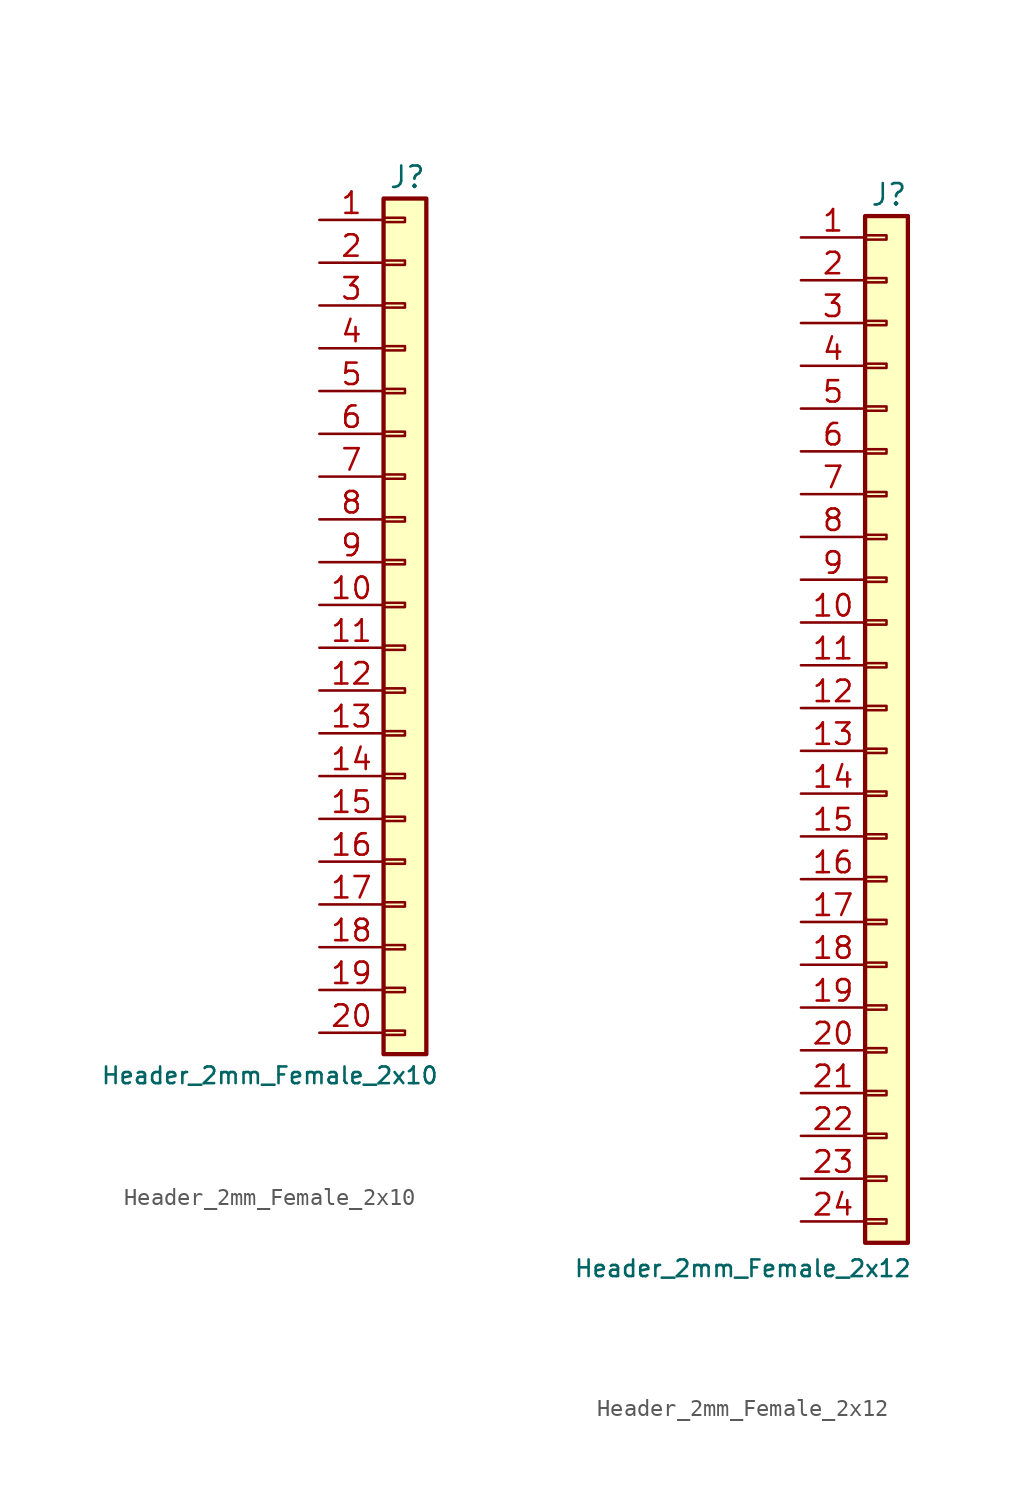
<source format=kicad_sym>
(kicad_symbol_lib
  (version 20241209)
  (generator "kicad_symbol_editor")
  (generator_version "9.0")
  (symbol "Header_2mm_Female_2x10"
    (pin_names
      (offset 1.016)
      (hide yes))
    (property "Reference" "J"
      (at 2.54 2.54 0)
      (effects (font (size 1.27 1.27)) (justify right)))
    (property "Value" "Header_2mm_Female_2x10"
      (at 3.302 -50.8 0)
      (effects (font (size 0.991 0.991)) (justify right)))
    (symbol "Header_2mm_Female_2x10_1_1"
      (rectangle (start 0 1.27) (end 2.54 -49.53) (stroke (width 0.254) (type default)) (fill (type background)))
      (rectangle (start 0 0.127) (end 1.27 -0.127) (stroke (width 0.152) (type default)) (fill (type none)))
      (rectangle (start 0 -2.413) (end 1.27 -2.667) (stroke (width 0.152) (type default)) (fill (type none)))
      (rectangle (start 0 -4.953) (end 1.27 -5.207) (stroke (width 0.152) (type default)) (fill (type none)))
      (rectangle (start 0 -7.493) (end 1.27 -7.747) (stroke (width 0.152) (type default)) (fill (type none)))
      (rectangle (start 0 -10.033) (end 1.27 -10.287) (stroke (width 0.152) (type default)) (fill (type none)))
      (rectangle (start 0 -12.573) (end 1.27 -12.827) (stroke (width 0.152) (type default)) (fill (type none)))
      (rectangle (start 0 -15.113) (end 1.27 -15.367) (stroke (width 0.152) (type default)) (fill (type none)))
      (rectangle (start 0 -17.653) (end 1.27 -17.907) (stroke (width 0.152) (type default)) (fill (type none)))
      (rectangle (start 0 -20.193) (end 1.27 -20.447) (stroke (width 0.152) (type default)) (fill (type none)))
      (rectangle (start 0 -22.733) (end 1.27 -22.987) (stroke (width 0.152) (type default)) (fill (type none)))
      (rectangle (start 0 -25.273) (end 1.27 -25.527) (stroke (width 0.152) (type default)) (fill (type none)))
      (rectangle (start 0 -27.813) (end 1.27 -28.067) (stroke (width 0.152) (type default)) (fill (type none)))
      (rectangle (start 0 -30.353) (end 1.27 -30.607) (stroke (width 0.152) (type default)) (fill (type none)))
      (rectangle (start 0 -32.893) (end 1.27 -33.147) (stroke (width 0.152) (type default)) (fill (type none)))
      (rectangle (start 0 -35.433) (end 1.27 -35.687) (stroke (width 0.152) (type default)) (fill (type none)))
      (rectangle (start 0 -37.973) (end 1.27 -38.227) (stroke (width 0.152) (type default)) (fill (type none)))
      (rectangle (start 0 -40.513) (end 1.27 -40.767) (stroke (width 0.152) (type default)) (fill (type none)))
      (rectangle (start 0 -43.053) (end 1.27 -43.307) (stroke (width 0.152) (type default)) (fill (type none)))
      (rectangle (start 0 -45.593) (end 1.27 -45.847) (stroke (width 0.152) (type default)) (fill (type none)))
      (rectangle (start 0 -48.133) (end 1.27 -48.387) (stroke (width 0.152) (type default)) (fill (type none)))
      (pin passive line (at -3.81 0 0) (length 3.81) (name "Pin_1" (effects (font (size 1.27 1.27)))) (number "1" (effects (font (size 1.27 1.27)))))
      (pin passive line (at -3.81 -2.54 0) (length 3.81) (name "Pin_2" (effects (font (size 1.27 1.27)))) (number "2" (effects (font (size 1.27 1.27)))))
      (pin passive line (at -3.81 -5.08 0) (length 3.81) (name "Pin_3" (effects (font (size 1.27 1.27)))) (number "3" (effects (font (size 1.27 1.27)))))
      (pin passive line (at -3.81 -7.62 0) (length 3.81) (name "Pin_4" (effects (font (size 1.27 1.27)))) (number "4" (effects (font (size 1.27 1.27)))))
      (pin passive line (at -3.81 -10.16 0) (length 3.81) (name "Pin_5" (effects (font (size 1.27 1.27)))) (number "5" (effects (font (size 1.27 1.27)))))
      (pin passive line (at -3.81 -12.7 0) (length 3.81) (name "Pin_6" (effects (font (size 1.27 1.27)))) (number "6" (effects (font (size 1.27 1.27)))))
      (pin passive line (at -3.81 -15.24 0) (length 3.81) (name "Pin_7" (effects (font (size 1.27 1.27)))) (number "7" (effects (font (size 1.27 1.27)))))
      (pin passive line (at -3.81 -17.78 0) (length 3.81) (name "Pin_8" (effects (font (size 1.27 1.27)))) (number "8" (effects (font (size 1.27 1.27)))))
      (pin passive line (at -3.81 -20.32 0) (length 3.81) (name "Pin_9" (effects (font (size 1.27 1.27)))) (number "9" (effects (font (size 1.27 1.27)))))
      (pin passive line (at -3.81 -22.86 0) (length 3.81) (name "Pin_10" (effects (font (size 1.27 1.27)))) (number "10" (effects (font (size 1.27 1.27)))))
      (pin passive line (at -3.81 -25.4 0) (length 3.81) (name "Pin_11" (effects (font (size 1.27 1.27)))) (number "11" (effects (font (size 1.27 1.27)))))
      (pin passive line (at -3.81 -27.94 0) (length 3.81) (name "Pin_12" (effects (font (size 1.27 1.27)))) (number "12" (effects (font (size 1.27 1.27)))))
      (pin passive line (at -3.81 -30.48 0) (length 3.81) (name "Pin_13" (effects (font (size 1.27 1.27)))) (number "13" (effects (font (size 1.27 1.27)))))
      (pin passive line (at -3.81 -33.02 0) (length 3.81) (name "Pin_14" (effects (font (size 1.27 1.27)))) (number "14" (effects (font (size 1.27 1.27)))))
      (pin passive line (at -3.81 -35.56 0) (length 3.81) (name "Pin_15" (effects (font (size 1.27 1.27)))) (number "15" (effects (font (size 1.27 1.27)))))
      (pin passive line (at -3.81 -38.1 0) (length 3.81) (name "Pin_16" (effects (font (size 1.27 1.27)))) (number "16" (effects (font (size 1.27 1.27)))))
      (pin passive line (at -3.81 -40.64 0) (length 3.81) (name "Pin_17" (effects (font (size 1.27 1.27)))) (number "17" (effects (font (size 1.27 1.27)))))
      (pin passive line (at -3.81 -43.18 0) (length 3.81) (name "Pin_18" (effects (font (size 1.27 1.27)))) (number "18" (effects (font (size 1.27 1.27)))))
      (pin passive line (at -3.81 -45.72 0) (length 3.81) (name "Pin_19" (effects (font (size 1.27 1.27)))) (number "19" (effects (font (size 1.27 1.27)))))
      (pin passive line (at -3.81 -48.26 0) (length 3.81) (name "Pin_20" (effects (font (size 1.27 1.27)))) (number "20" (effects (font (size 1.27 1.27)))))))
  (symbol "Header_2mm_Female_2x12"
    (pin_names
      (offset 1.016)
      (hide yes))
    (property "Reference" "J"
      (at 2.54 2.54 0)
      (effects (font (size 1.27 1.27)) (justify right)))
    (property "Value" "Header_2mm_Female_2x12"
      (at 2.794 -61.214 0)
      (effects (font (size 0.991 0.991)) (justify right)))
    (symbol "Header_2mm_Female_2x12_1_1"
      (rectangle (start 0 1.27) (end 2.54 -59.69) (stroke (width 0.254) (type default)) (fill (type background)))
      (rectangle (start 0 0.127) (end 1.27 -0.127) (stroke (width 0.152) (type default)) (fill (type none)))
      (rectangle (start 0 -2.413) (end 1.27 -2.667) (stroke (width 0.152) (type default)) (fill (type none)))
      (rectangle (start 0 -4.953) (end 1.27 -5.207) (stroke (width 0.152) (type default)) (fill (type none)))
      (rectangle (start 0 -7.493) (end 1.27 -7.747) (stroke (width 0.152) (type default)) (fill (type none)))
      (rectangle (start 0 -10.033) (end 1.27 -10.287) (stroke (width 0.152) (type default)) (fill (type none)))
      (rectangle (start 0 -12.573) (end 1.27 -12.827) (stroke (width 0.152) (type default)) (fill (type none)))
      (rectangle (start 0 -15.113) (end 1.27 -15.367) (stroke (width 0.152) (type default)) (fill (type none)))
      (rectangle (start 0 -17.653) (end 1.27 -17.907) (stroke (width 0.152) (type default)) (fill (type none)))
      (rectangle (start 0 -20.193) (end 1.27 -20.447) (stroke (width 0.152) (type default)) (fill (type none)))
      (rectangle (start 0 -22.733) (end 1.27 -22.987) (stroke (width 0.152) (type default)) (fill (type none)))
      (rectangle (start 0 -25.273) (end 1.27 -25.527) (stroke (width 0.152) (type default)) (fill (type none)))
      (rectangle (start 0 -27.813) (end 1.27 -28.067) (stroke (width 0.152) (type default)) (fill (type none)))
      (rectangle (start 0 -30.353) (end 1.27 -30.607) (stroke (width 0.152) (type default)) (fill (type none)))
      (rectangle (start 0 -32.893) (end 1.27 -33.147) (stroke (width 0.152) (type default)) (fill (type none)))
      (rectangle (start 0 -35.433) (end 1.27 -35.687) (stroke (width 0.152) (type default)) (fill (type none)))
      (rectangle (start 0 -37.973) (end 1.27 -38.227) (stroke (width 0.152) (type default)) (fill (type none)))
      (rectangle (start 0 -40.513) (end 1.27 -40.767) (stroke (width 0.152) (type default)) (fill (type none)))
      (rectangle (start 0 -43.053) (end 1.27 -43.307) (stroke (width 0.152) (type default)) (fill (type none)))
      (rectangle (start 0 -45.593) (end 1.27 -45.847) (stroke (width 0.152) (type default)) (fill (type none)))
      (rectangle (start 0 -48.133) (end 1.27 -48.387) (stroke (width 0.152) (type default)) (fill (type none)))
      (rectangle (start 0 -50.673) (end 1.27 -50.927) (stroke (width 0.152) (type default)) (fill (type none)))
      (rectangle (start 0 -53.213) (end 1.27 -53.467) (stroke (width 0.152) (type default)) (fill (type none)))
      (rectangle (start 0 -55.753) (end 1.27 -56.007) (stroke (width 0.152) (type default)) (fill (type none)))
      (rectangle (start 0 -58.293) (end 1.27 -58.547) (stroke (width 0.152) (type default)) (fill (type none)))
      (pin passive line (at -3.81 0 0) (length 3.81) (name "Pin_1" (effects (font (size 1.27 1.27)))) (number "1" (effects (font (size 1.27 1.27)))))
      (pin passive line (at -3.81 -2.54 0) (length 3.81) (name "Pin_2" (effects (font (size 1.27 1.27)))) (number "2" (effects (font (size 1.27 1.27)))))
      (pin passive line (at -3.81 -5.08 0) (length 3.81) (name "Pin_3" (effects (font (size 1.27 1.27)))) (number "3" (effects (font (size 1.27 1.27)))))
      (pin passive line (at -3.81 -7.62 0) (length 3.81) (name "Pin_4" (effects (font (size 1.27 1.27)))) (number "4" (effects (font (size 1.27 1.27)))))
      (pin passive line (at -3.81 -10.16 0) (length 3.81) (name "Pin_5" (effects (font (size 1.27 1.27)))) (number "5" (effects (font (size 1.27 1.27)))))
      (pin passive line (at -3.81 -12.7 0) (length 3.81) (name "Pin_6" (effects (font (size 1.27 1.27)))) (number "6" (effects (font (size 1.27 1.27)))))
      (pin passive line (at -3.81 -15.24 0) (length 3.81) (name "Pin_7" (effects (font (size 1.27 1.27)))) (number "7" (effects (font (size 1.27 1.27)))))
      (pin passive line (at -3.81 -17.78 0) (length 3.81) (name "Pin_8" (effects (font (size 1.27 1.27)))) (number "8" (effects (font (size 1.27 1.27)))))
      (pin passive line (at -3.81 -20.32 0) (length 3.81) (name "Pin_9" (effects (font (size 1.27 1.27)))) (number "9" (effects (font (size 1.27 1.27)))))
      (pin passive line (at -3.81 -22.86 0) (length 3.81) (name "Pin_10" (effects (font (size 1.27 1.27)))) (number "10" (effects (font (size 1.27 1.27)))))
      (pin passive line (at -3.81 -25.4 0) (length 3.81) (name "Pin_11" (effects (font (size 1.27 1.27)))) (number "11" (effects (font (size 1.27 1.27)))))
      (pin passive line (at -3.81 -27.94 0) (length 3.81) (name "Pin_12" (effects (font (size 1.27 1.27)))) (number "12" (effects (font (size 1.27 1.27)))))
      (pin passive line (at -3.81 -30.48 0) (length 3.81) (name "Pin_13" (effects (font (size 1.27 1.27)))) (number "13" (effects (font (size 1.27 1.27)))))
      (pin passive line (at -3.81 -33.02 0) (length 3.81) (name "Pin_14" (effects (font (size 1.27 1.27)))) (number "14" (effects (font (size 1.27 1.27)))))
      (pin passive line (at -3.81 -35.56 0) (length 3.81) (name "Pin_15" (effects (font (size 1.27 1.27)))) (number "15" (effects (font (size 1.27 1.27)))))
      (pin passive line (at -3.81 -38.1 0) (length 3.81) (name "Pin_16" (effects (font (size 1.27 1.27)))) (number "16" (effects (font (size 1.27 1.27)))))
      (pin passive line (at -3.81 -40.64 0) (length 3.81) (name "Pin_17" (effects (font (size 1.27 1.27)))) (number "17" (effects (font (size 1.27 1.27)))))
      (pin passive line (at -3.81 -43.18 0) (length 3.81) (name "Pin_18" (effects (font (size 1.27 1.27)))) (number "18" (effects (font (size 1.27 1.27)))))
      (pin passive line (at -3.81 -45.72 0) (length 3.81) (name "Pin_19" (effects (font (size 1.27 1.27)))) (number "19" (effects (font (size 1.27 1.27)))))
      (pin passive line (at -3.81 -48.26 0) (length 3.81) (name "Pin_20" (effects (font (size 1.27 1.27)))) (number "20" (effects (font (size 1.27 1.27)))))
      (pin passive line (at -3.81 -50.8 0) (length 3.81) (name "Pin_21" (effects (font (size 1.27 1.27)))) (number "21" (effects (font (size 1.27 1.27)))))
      (pin passive line (at -3.81 -53.34 0) (length 3.81) (name "Pin_22" (effects (font (size 1.27 1.27)))) (number "22" (effects (font (size 1.27 1.27)))))
      (pin passive line (at -3.81 -55.88 0) (length 3.81) (name "Pin_23" (effects (font (size 1.27 1.27)))) (number "23" (effects (font (size 1.27 1.27)))))
      (pin passive line (at -3.81 -58.42 0) (length 3.81) (name "Pin_24" (effects (font (size 1.27 1.27)))) (number "24" (effects (font (size 1.27 1.27))))))))
</source>
